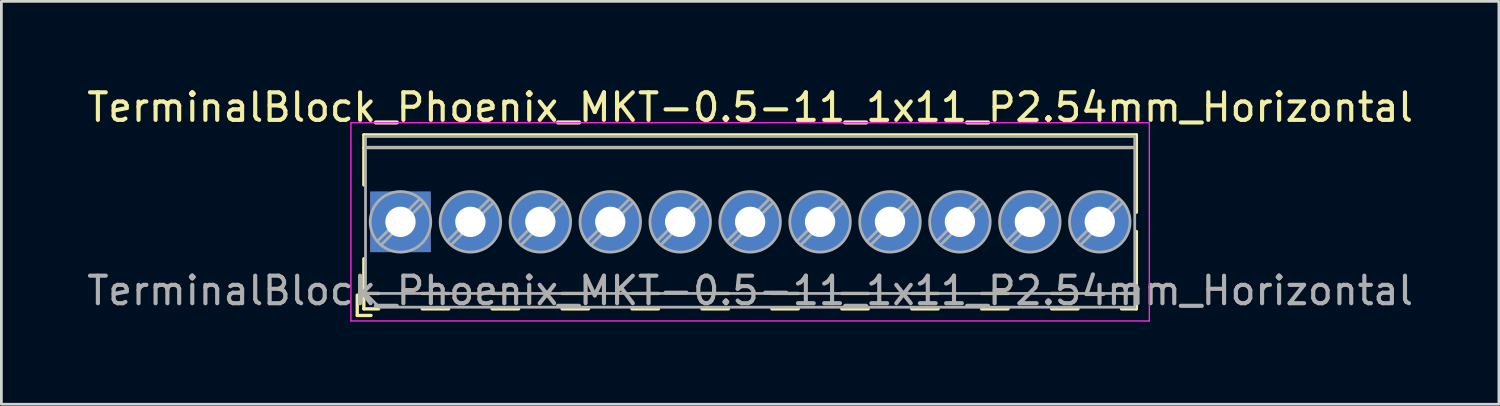
<source format=kicad_pcb>
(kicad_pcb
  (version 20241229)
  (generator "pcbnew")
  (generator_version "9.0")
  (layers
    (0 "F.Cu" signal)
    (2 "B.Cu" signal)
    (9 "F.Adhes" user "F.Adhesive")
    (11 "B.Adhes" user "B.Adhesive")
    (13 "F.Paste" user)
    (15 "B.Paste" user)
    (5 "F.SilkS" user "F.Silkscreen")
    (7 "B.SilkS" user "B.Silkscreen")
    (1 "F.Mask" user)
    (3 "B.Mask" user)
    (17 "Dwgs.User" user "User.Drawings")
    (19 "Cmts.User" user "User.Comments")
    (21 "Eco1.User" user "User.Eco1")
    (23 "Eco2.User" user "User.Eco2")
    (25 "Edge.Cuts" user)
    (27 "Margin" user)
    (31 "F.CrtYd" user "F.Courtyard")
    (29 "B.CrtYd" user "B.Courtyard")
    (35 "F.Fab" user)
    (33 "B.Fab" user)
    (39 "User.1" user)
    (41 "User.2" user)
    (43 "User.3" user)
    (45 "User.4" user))
  (footprint "TerminalBlock_Phoenix_MKT-0.5-11_1x11_P2.54mm_Horizontal"
    (layer "F.Cu")
    (at 11.496 5.008)
    (property "Reference" "TerminalBlock_Phoenix_MKT-0.5-11_1x11_P2.54mm_Horizontal" (at 12.7 -4.16 0) (layer "F.SilkS") (effects (font (size 1 1) (thickness 0.15))))
    (attr through_hole)
    (fp_line (start -1.57 2.66) (end -1.57 3.4) (stroke (width 0.12) (type solid)) (layer "F.SilkS"))
    (fp_line (start -1.57 3.4) (end -1.07 3.4) (stroke (width 0.12) (type solid)) (layer "F.SilkS"))
    (fp_line (start -1.33 -3.16) (end -1.33 -1.34) (stroke (width 0.12) (type solid)) (layer "F.SilkS"))
    (fp_line (start -1.33 -3.16) (end 26.73 -3.16) (stroke (width 0.12) (type solid)) (layer "F.SilkS"))
    (fp_line (start -1.33 -2.7) (end 26.73 -2.7) (stroke (width 0.12) (type solid)) (layer "F.SilkS"))
    (fp_line (start -1.33 1.34) (end -1.33 3.16) (stroke (width 0.12) (type solid)) (layer "F.SilkS"))
    (fp_line (start -1.33 2.6) (end -0.79 2.6) (stroke (width 0.12) (type solid)) (layer "F.SilkS"))
    (fp_line (start -1.33 3.16) (end -0.79 3.16) (stroke (width 0.12) (type solid)) (layer "F.SilkS"))
    (fp_line (start 0.79 2.6) (end 1.75 2.6) (stroke (width 0.12) (type solid)) (layer "F.SilkS"))
    (fp_line (start 0.79 3.16) (end 1.75 3.16) (stroke (width 0.12) (type solid)) (layer "F.SilkS"))
    (fp_line (start 3.33 2.6) (end 4.29 2.6) (stroke (width 0.12) (type solid)) (layer "F.SilkS"))
    (fp_line (start 3.33 3.16) (end 4.29 3.16) (stroke (width 0.12) (type solid)) (layer "F.SilkS"))
    (fp_line (start 5.87 2.6) (end 6.83 2.6) (stroke (width 0.12) (type solid)) (layer "F.SilkS"))
    (fp_line (start 5.87 3.16) (end 6.83 3.16) (stroke (width 0.12) (type solid)) (layer "F.SilkS"))
    (fp_line (start 8.41 2.6) (end 9.37 2.6) (stroke (width 0.12) (type solid)) (layer "F.SilkS"))
    (fp_line (start 8.41 3.16) (end 9.37 3.16) (stroke (width 0.12) (type solid)) (layer "F.SilkS"))
    (fp_line (start 10.95 2.6) (end 11.91 2.6) (stroke (width 0.12) (type solid)) (layer "F.SilkS"))
    (fp_line (start 10.95 3.16) (end 11.91 3.16) (stroke (width 0.12) (type solid)) (layer "F.SilkS"))
    (fp_line (start 13.49 2.6) (end 14.45 2.6) (stroke (width 0.12) (type solid)) (layer "F.SilkS"))
    (fp_line (start 13.49 3.16) (end 14.45 3.16) (stroke (width 0.12) (type solid)) (layer "F.SilkS"))
    (fp_line (start 16.03 2.6) (end 16.99 2.6) (stroke (width 0.12) (type solid)) (layer "F.SilkS"))
    (fp_line (start 16.03 3.16) (end 16.99 3.16) (stroke (width 0.12) (type solid)) (layer "F.SilkS"))
    (fp_line (start 18.57 2.6) (end 19.53 2.6) (stroke (width 0.12) (type solid)) (layer "F.SilkS"))
    (fp_line (start 18.57 3.16) (end 19.53 3.16) (stroke (width 0.12) (type solid)) (layer "F.SilkS"))
    (fp_line (start 21.11 2.6) (end 22.07 2.6) (stroke (width 0.12) (type solid)) (layer "F.SilkS"))
    (fp_line (start 21.11 3.16) (end 22.07 3.16) (stroke (width 0.12) (type solid)) (layer "F.SilkS"))
    (fp_line (start 23.65 2.6) (end 24.61 2.6) (stroke (width 0.12) (type solid)) (layer "F.SilkS"))
    (fp_line (start 23.65 3.16) (end 24.61 3.16) (stroke (width 0.12) (type solid)) (layer "F.SilkS"))
    (fp_line (start 26.19 2.6) (end 26.73 2.6) (stroke (width 0.12) (type solid)) (layer "F.SilkS"))
    (fp_line (start 26.19 3.16) (end 26.73 3.16) (stroke (width 0.12) (type solid)) (layer "F.SilkS"))
    (fp_line (start 26.73 -3.16) (end 26.73 -0.35) (stroke (width 0.12) (type solid)) (layer "F.SilkS"))
    (fp_line (start 26.73 0.35) (end 26.73 3.16) (stroke (width 0.12) (type solid)) (layer "F.SilkS"))
    (fp_line (start -1.8 -3.6) (end -1.8 3.6) (stroke (width 0.05) (type solid)) (layer "F.CrtYd"))
    (fp_line (start -1.8 3.6) (end 27.2 3.6) (stroke (width 0.05) (type solid)) (layer "F.CrtYd"))
    (fp_line (start 27.2 -3.6) (end -1.8 -3.6) (stroke (width 0.05) (type solid)) (layer "F.CrtYd"))
    (fp_line (start 27.2 3.6) (end 27.2 -3.6) (stroke (width 0.05) (type solid)) (layer "F.CrtYd"))
    (fp_line (start -1.27 -3.1) (end 26.67 -3.1) (stroke (width 0.1) (type solid)) (layer "F.Fab"))
    (fp_line (start -1.27 -2.7) (end 26.67 -2.7) (stroke (width 0.1) (type solid)) (layer "F.Fab"))
    (fp_line (start -1.27 2.6) (end -1.27 -3.1) (stroke (width 0.1) (type solid)) (layer "F.Fab"))
    (fp_line (start -1.27 2.6) (end 26.67 2.6) (stroke (width 0.1) (type solid)) (layer "F.Fab"))
    (fp_line (start -0.77 3.1) (end -1.27 2.6) (stroke (width 0.1) (type solid)) (layer "F.Fab"))
    (fp_line (start 0.701 -0.835) (end -0.835 0.7) (stroke (width 0.1) (type solid)) (layer "F.Fab"))
    (fp_line (start 0.835 -0.7) (end -0.701 0.835) (stroke (width 0.1) (type solid)) (layer "F.Fab"))
    (fp_line (start 3.241 -0.835) (end 1.706 0.7) (stroke (width 0.1) (type solid)) (layer "F.Fab"))
    (fp_line (start 3.375 -0.7) (end 1.84 0.835) (stroke (width 0.1) (type solid)) (layer "F.Fab"))
    (fp_line (start 5.781 -0.835) (end 4.246 0.7) (stroke (width 0.1) (type solid)) (layer "F.Fab"))
    (fp_line (start 5.915 -0.7) (end 4.38 0.835) (stroke (width 0.1) (type solid)) (layer "F.Fab"))
    (fp_line (start 8.321 -0.835) (end 6.786 0.7) (stroke (width 0.1) (type solid)) (layer "F.Fab"))
    (fp_line (start 8.455 -0.7) (end 6.92 0.835) (stroke (width 0.1) (type solid)) (layer "F.Fab"))
    (fp_line (start 10.861 -0.835) (end 9.326 0.7) (stroke (width 0.1) (type solid)) (layer "F.Fab"))
    (fp_line (start 10.995 -0.7) (end 9.46 0.835) (stroke (width 0.1) (type solid)) (layer "F.Fab"))
    (fp_line (start 13.401 -0.835) (end 11.866 0.7) (stroke (width 0.1) (type solid)) (layer "F.Fab"))
    (fp_line (start 13.535 -0.7) (end 12 0.835) (stroke (width 0.1) (type solid)) (layer "F.Fab"))
    (fp_line (start 15.941 -0.835) (end 14.406 0.7) (stroke (width 0.1) (type solid)) (layer "F.Fab"))
    (fp_line (start 16.075 -0.7) (end 14.54 0.835) (stroke (width 0.1) (type solid)) (layer "F.Fab"))
    (fp_line (start 18.481 -0.835) (end 16.946 0.7) (stroke (width 0.1) (type solid)) (layer "F.Fab"))
    (fp_line (start 18.615 -0.7) (end 17.08 0.835) (stroke (width 0.1) (type solid)) (layer "F.Fab"))
    (fp_line (start 21.021 -0.835) (end 19.486 0.7) (stroke (width 0.1) (type solid)) (layer "F.Fab"))
    (fp_line (start 21.155 -0.7) (end 19.62 0.835) (stroke (width 0.1) (type solid)) (layer "F.Fab"))
    (fp_line (start 23.561 -0.835) (end 22.026 0.7) (stroke (width 0.1) (type solid)) (layer "F.Fab"))
    (fp_line (start 23.695 -0.7) (end 22.16 0.835) (stroke (width 0.1) (type solid)) (layer "F.Fab"))
    (fp_line (start 26.101 -0.835) (end 24.566 0.7) (stroke (width 0.1) (type solid)) (layer "F.Fab"))
    (fp_line (start 26.235 -0.7) (end 24.7 0.835) (stroke (width 0.1) (type solid)) (layer "F.Fab"))
    (fp_line (start 26.67 -3.1) (end 26.67 3.1) (stroke (width 0.1) (type solid)) (layer "F.Fab"))
    (fp_line (start 26.67 3.1) (end -0.77 3.1) (stroke (width 0.1) (type solid)) (layer "F.Fab"))
    (fp_circle (center 0 0) (end 1.1 0) (stroke (width 0.1) (type solid)) (fill no) (layer "F.Fab"))
    (fp_circle (center 2.54 0) (end 3.64 0) (stroke (width 0.1) (type solid)) (fill no) (layer "F.Fab"))
    (fp_circle (center 5.08 0) (end 6.18 0) (stroke (width 0.1) (type solid)) (fill no) (layer "F.Fab"))
    (fp_circle (center 7.62 0) (end 8.72 0) (stroke (width 0.1) (type solid)) (fill no) (layer "F.Fab"))
    (fp_circle (center 10.16 0) (end 11.26 0) (stroke (width 0.1) (type solid)) (fill no) (layer "F.Fab"))
    (fp_circle (center 12.7 0) (end 13.8 0) (stroke (width 0.1) (type solid)) (fill no) (layer "F.Fab"))
    (fp_circle (center 15.24 0) (end 16.34 0) (stroke (width 0.1) (type solid)) (fill no) (layer "F.Fab"))
    (fp_circle (center 17.78 0) (end 18.88 0) (stroke (width 0.1) (type solid)) (fill no) (layer "F.Fab"))
    (fp_circle (center 20.32 0) (end 21.42 0) (stroke (width 0.1) (type solid)) (fill no) (layer "F.Fab"))
    (fp_circle (center 22.86 0) (end 23.96 0) (stroke (width 0.1) (type solid)) (fill no) (layer "F.Fab"))
    (fp_circle (center 25.4 0) (end 26.5 0) (stroke (width 0.1) (type solid)) (fill no) (layer "F.Fab"))
    (fp_text user "${REFERENCE}" (at 12.7 2.5 0) (layer "F.Fab") (effects (font (size 1 1) (thickness 0.15))))
    (pad "" np_thru_hole rect (at 0 2.54) (size 0.001 0.001) (drill 1.1) (layers "*.Cu" "*.Mask"))
    (pad "" np_thru_hole circle (at 2.54 2.54) (size 0.001 0.001) (drill 1.1) (layers "*.Cu" "*.Mask"))
    (pad "" np_thru_hole circle (at 5.08 2.54) (size 0.001 0.001) (drill 1.1) (layers "*.Cu" "*.Mask"))
    (pad "" np_thru_hole circle (at 7.62 2.54) (size 0.001 0.001) (drill 1.1) (layers "*.Cu" "*.Mask"))
    (pad "" np_thru_hole circle (at 10.16 2.54) (size 0.001 0.001) (drill 1.1) (layers "*.Cu" "*.Mask"))
    (pad "" np_thru_hole circle (at 12.7 2.54) (size 0.001 0.001) (drill 1.1) (layers "*.Cu" "*.Mask"))
    (pad "" np_thru_hole circle (at 15.24 2.54) (size 0.001 0.001) (drill 1.1) (layers "*.Cu" "*.Mask"))
    (pad "" np_thru_hole circle (at 17.78 2.54) (size 0.001 0.001) (drill 1.1) (layers "*.Cu" "*.Mask"))
    (pad "" np_thru_hole circle (at 20.32 2.54) (size 0.001 0.001) (drill 1.1) (layers "*.Cu" "*.Mask"))
    (pad "" np_thru_hole circle (at 22.86 2.54) (size 0.001 0.001) (drill 1.1) (layers "*.Cu" "*.Mask"))
    (pad "" np_thru_hole circle (at 25.4 2.54) (size 0.001 0.001) (drill 1.1) (layers "*.Cu" "*.Mask"))
    (pad "1" thru_hole rect (at 0 0) (size 2.2 2.2) (drill 1.1) (layers "*.Cu" "*.Mask"))
    (pad "2" thru_hole circle (at 2.54 0) (size 2.2 2.2) (drill 1.1) (layers "*.Cu" "*.Mask"))
    (pad "3" thru_hole circle (at 5.08 0) (size 2.2 2.2) (drill 1.1) (layers "*.Cu" "*.Mask"))
    (pad "4" thru_hole circle (at 7.62 0) (size 2.2 2.2) (drill 1.1) (layers "*.Cu" "*.Mask"))
    (pad "5" thru_hole circle (at 10.16 0) (size 2.2 2.2) (drill 1.1) (layers "*.Cu" "*.Mask"))
    (pad "6" thru_hole circle (at 12.7 0) (size 2.2 2.2) (drill 1.1) (layers "*.Cu" "*.Mask"))
    (pad "7" thru_hole circle (at 15.24 0) (size 2.2 2.2) (drill 1.1) (layers "*.Cu" "*.Mask"))
    (pad "8" thru_hole circle (at 17.78 0) (size 2.2 2.2) (drill 1.1) (layers "*.Cu" "*.Mask"))
    (pad "9" thru_hole circle (at 20.32 0) (size 2.2 2.2) (drill 1.1) (layers "*.Cu" "*.Mask"))
    (pad "10" thru_hole circle (at 22.86 0) (size 2.2 2.2) (drill 1.1) (layers "*.Cu" "*.Mask"))
    (pad "11" thru_hole circle (at 25.4 0) (size 2.2 2.2) (drill 1.1) (layers "*.Cu" "*.Mask")))
  (gr_rect
    (start -3 -3)
    (end 51.393 11.633)
    (stroke (width 0.1) (type default))
    (fill no)
    (layer "Edge.Cuts")))
</source>
